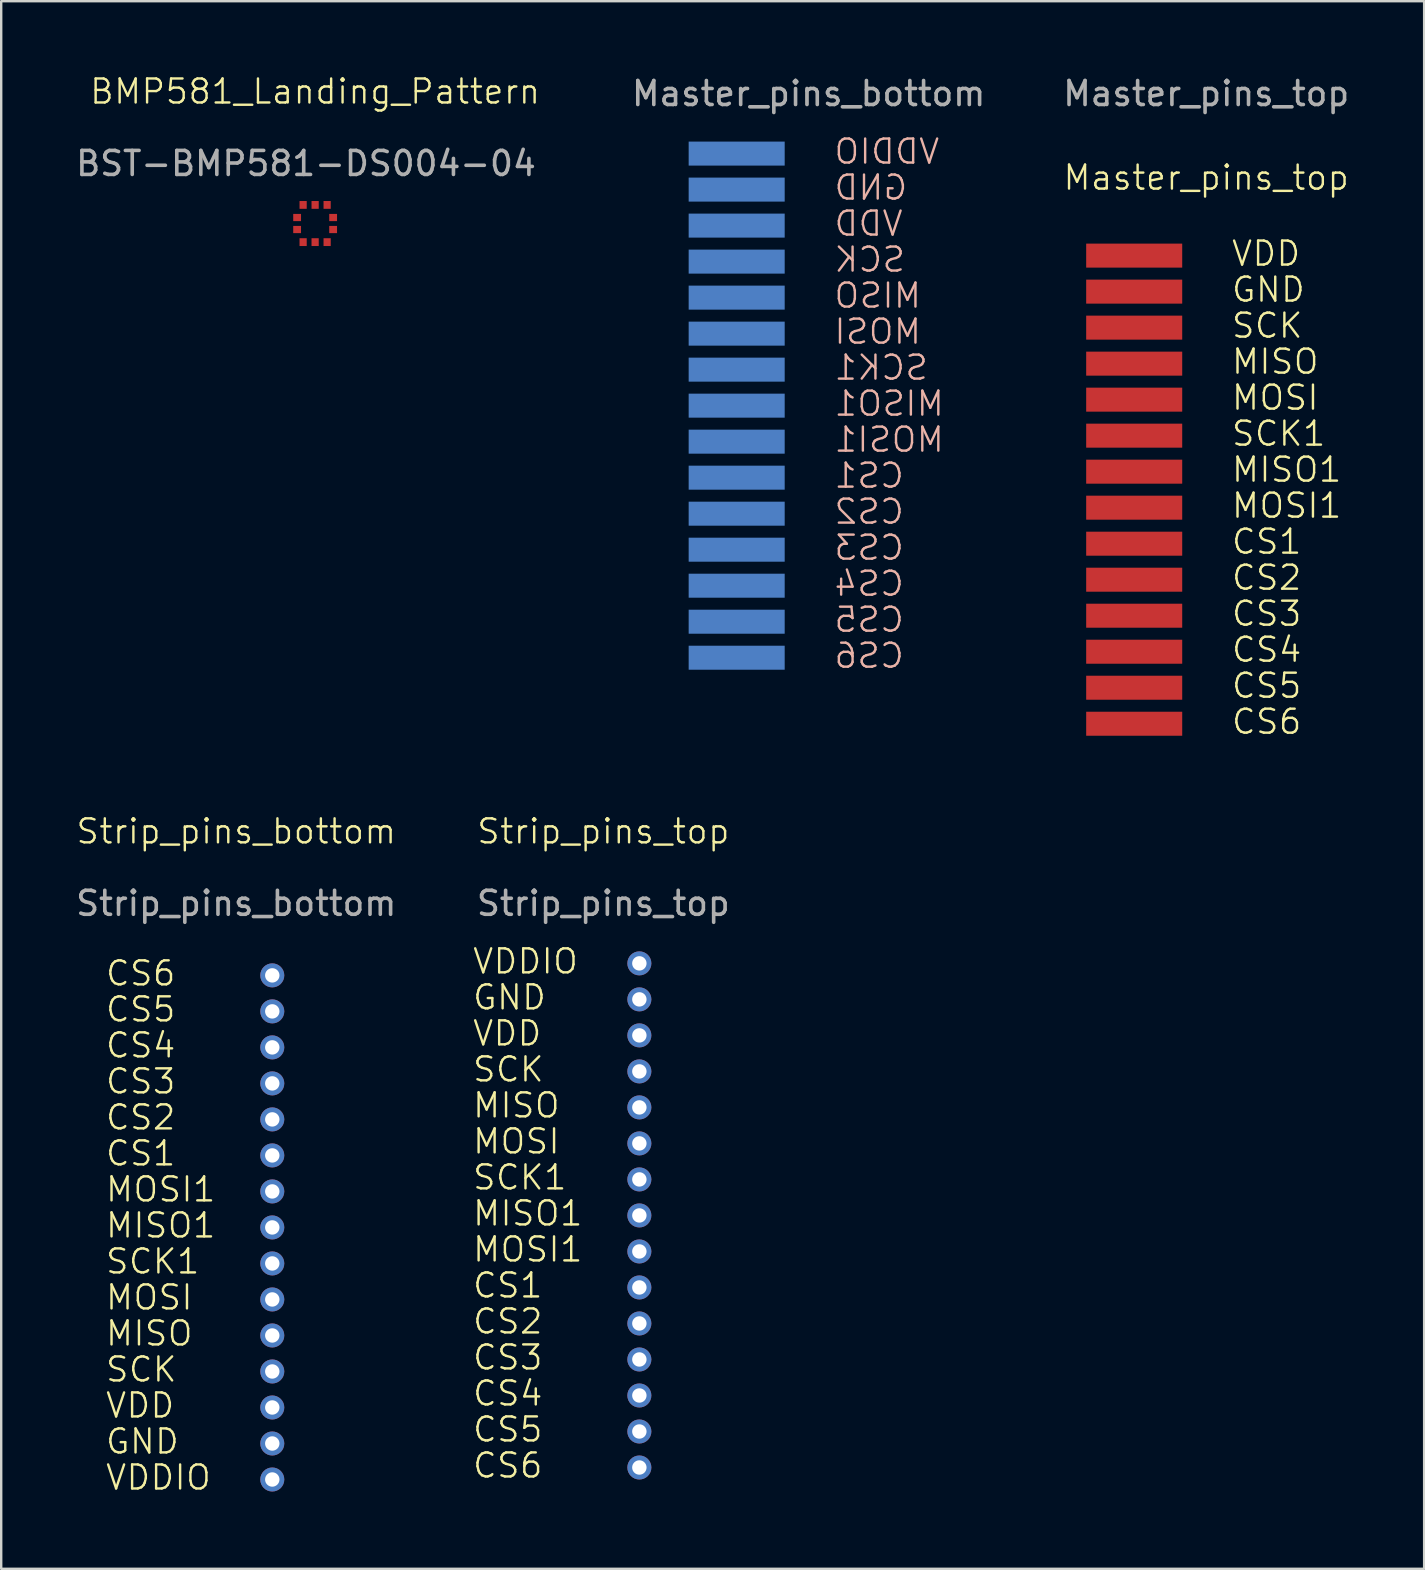
<source format=kicad_pcb>
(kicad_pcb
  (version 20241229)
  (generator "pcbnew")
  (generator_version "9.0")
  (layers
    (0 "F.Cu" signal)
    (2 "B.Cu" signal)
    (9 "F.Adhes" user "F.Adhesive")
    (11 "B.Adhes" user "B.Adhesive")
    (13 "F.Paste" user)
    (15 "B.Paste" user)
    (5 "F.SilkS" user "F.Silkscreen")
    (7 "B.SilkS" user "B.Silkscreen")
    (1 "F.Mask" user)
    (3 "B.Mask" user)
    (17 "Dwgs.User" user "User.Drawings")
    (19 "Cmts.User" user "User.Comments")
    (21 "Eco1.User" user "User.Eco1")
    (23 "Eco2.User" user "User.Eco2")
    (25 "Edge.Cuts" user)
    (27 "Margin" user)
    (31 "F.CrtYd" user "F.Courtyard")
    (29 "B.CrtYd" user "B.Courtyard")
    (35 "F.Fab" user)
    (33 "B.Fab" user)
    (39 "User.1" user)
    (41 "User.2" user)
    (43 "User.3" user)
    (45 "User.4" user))
  (footprint "BMP581_Landing_Pattern"
    (layer "F.Cu")
    (at 10.077 6.261)
    (property "Reference" "BMP581_Landing_Pattern" (at 0 -5.5 0) (unlocked yes) (layer "F.SilkS") (effects (font (size 1 1) (thickness 0.1))))
    (attr smd)
    (fp_text user "BST-BMP581-DS004-04 " (at 0 -2.5 0) (unlocked yes) (layer "F.Fab") (effects (font (size 1 1) (thickness 0.15))))
    (pad "1" smd rect (at 0.75 -0.25) (size 0.325 0.3) (layers "F.Cu" "F.Mask" "F.Paste"))
    (pad "2" smd rect (at 0.75 0.25) (size 0.325 0.3) (layers "F.Cu" "F.Mask" "F.Paste"))
    (pad "3" smd rect (at 0.5 0.775) (size 0.3 0.325) (layers "F.Cu" "F.Mask" "F.Paste"))
    (pad "4" smd rect (at 0 0.775) (size 0.3 0.325) (layers "F.Cu" "F.Mask" "F.Paste"))
    (pad "5" smd rect (at -0.5 0.775) (size 0.3 0.325) (layers "F.Cu" "F.Mask" "F.Paste"))
    (pad "6" smd rect (at -0.75 0.25) (size 0.325 0.3) (layers "F.Cu" "F.Mask" "F.Paste"))
    (pad "7" smd rect (at -0.75 -0.25) (size 0.325 0.3) (layers "F.Cu" "F.Mask" "F.Paste"))
    (pad "8" smd rect (at -0.5 -0.775) (size 0.3 0.325) (layers "F.Cu" "F.Mask" "F.Paste"))
    (pad "9" smd rect (at 0 -0.775) (size 0.3 0.325) (layers "F.Cu" "F.Mask" "F.Paste"))
    (pad "10" smd rect (at 0.5 -0.775) (size 0.3 0.325) (layers "F.Cu" "F.Mask" "F.Paste")))
  (footprint "Strip_pins_top"
    (layer "F.Cu")
    (at 22.083 47.58)
    (property "Reference" "Strip_pins_top" (at 0 -16 0) (unlocked yes) (layer "F.SilkS") (effects (font (size 1 1) (thickness 0.1))))
    (attr through_hole)
    (fp_text user "MISO" (at -5.5 -4 0) (unlocked yes) (layer "F.SilkS") (effects (font (size 1 1) (thickness 0.1)) (justify left bottom)))
    (fp_text user "MOSI1" (at -5.5 2 0) (unlocked yes) (layer "F.SilkS") (effects (font (size 1 1) (thickness 0.1)) (justify left bottom)))
    (fp_text user "CS4" (at -5.5 8 0) (unlocked yes) (layer "F.SilkS") (effects (font (size 1 1) (thickness 0.1)) (justify left bottom)))
    (fp_text user "GND" (at -5.5 -8.5 0) (unlocked yes) (layer "F.SilkS") (effects (font (size 1 1) (thickness 0.1)) (justify left bottom)))
    (fp_text user "SCK" (at -5.5 -5.5 0) (unlocked yes) (layer "F.SilkS") (effects (font (size 1 1) (thickness 0.1)) (justify left bottom)))
    (fp_text user "VDD" (at -5.5 -7 0) (unlocked yes) (layer "F.SilkS") (effects (font (size 1 1) (thickness 0.1)) (justify left bottom)))
    (fp_text user "VDDIO" (at -5.5 -10 0) (unlocked yes) (layer "F.SilkS") (effects (font (size 1 1) (thickness 0.1)) (justify left bottom)))
    (fp_text user "CS2" (at -5.5 5 0) (unlocked yes) (layer "F.SilkS") (effects (font (size 1 1) (thickness 0.1)) (justify left bottom)))
    (fp_text user "CS6" (at -5.5 11 0) (unlocked yes) (layer "F.SilkS") (effects (font (size 1 1) (thickness 0.1)) (justify left bottom)))
    (fp_text user "CS1" (at -5.5 3.5 0) (unlocked yes) (layer "F.SilkS") (effects (font (size 1 1) (thickness 0.1)) (justify left bottom)))
    (fp_text user "CS5" (at -5.5 9.5 0) (unlocked yes) (layer "F.SilkS") (effects (font (size 1 1) (thickness 0.1)) (justify left bottom)))
    (fp_text user "SCK1" (at -5.5 -1 0) (unlocked yes) (layer "F.SilkS") (effects (font (size 1 1) (thickness 0.1)) (justify left bottom)))
    (fp_text user "MISO1" (at -5.5 0.5 0) (unlocked yes) (layer "F.SilkS") (effects (font (size 1 1) (thickness 0.1)) (justify left bottom)))
    (fp_text user "MOSI" (at -5.5 -2.5 0) (unlocked yes) (layer "F.SilkS") (effects (font (size 1 1) (thickness 0.1)) (justify left bottom)))
    (fp_text user "CS3" (at -5.5 6.5 0) (unlocked yes) (layer "F.SilkS") (effects (font (size 1 1) (thickness 0.1)) (justify left bottom)))
    (fp_text user "${REFERENCE}" (at 0 -13 0) (unlocked yes) (layer "F.Fab") (effects (font (size 1 1) (thickness 0.15))))
    (pad "1" thru_hole circle (at 1.5 -10.5) (size 1 1) (drill 0.6) (property pad_prop_castellated) (layers "*.Cu" "*.Mask"))
    (pad "2" thru_hole circle (at 1.5 -9) (size 1 1) (drill 0.6) (property pad_prop_castellated) (layers "*.Cu" "*.Mask"))
    (pad "3" thru_hole circle (at 1.5 -7.5) (size 1 1) (drill 0.6) (property pad_prop_castellated) (layers "*.Cu" "*.Mask"))
    (pad "4" thru_hole circle (at 1.5 -6) (size 1 1) (drill 0.6) (property pad_prop_castellated) (layers "*.Cu" "*.Mask"))
    (pad "5" thru_hole circle (at 1.5 -4.5) (size 1 1) (drill 0.6) (property pad_prop_castellated) (layers "*.Cu" "*.Mask"))
    (pad "6" thru_hole circle (at 1.5 -3) (size 1 1) (drill 0.6) (property pad_prop_castellated) (layers "*.Cu" "*.Mask"))
    (pad "7" thru_hole circle (at 1.5 -1.5) (size 1 1) (drill 0.6) (property pad_prop_castellated) (layers "*.Cu" "*.Mask"))
    (pad "8" thru_hole circle (at 1.5 0) (size 1 1) (drill 0.6) (property pad_prop_castellated) (layers "*.Cu" "*.Mask"))
    (pad "9" thru_hole circle (at 1.5 1.5) (size 1 1) (drill 0.6) (property pad_prop_castellated) (layers "*.Cu" "*.Mask"))
    (pad "10" thru_hole circle (at 1.5 3) (size 1 1) (drill 0.6) (property pad_prop_castellated) (layers "*.Cu" "*.Mask"))
    (pad "11" thru_hole circle (at 1.5 4.5) (size 1 1) (drill 0.6) (property pad_prop_castellated) (layers "*.Cu" "*.Mask"))
    (pad "12" thru_hole circle (at 1.5 6) (size 1 1) (drill 0.6) (property pad_prop_castellated) (layers "*.Cu" "*.Mask"))
    (pad "13" thru_hole circle (at 1.5 7.5) (size 1 1) (drill 0.6) (property pad_prop_castellated) (layers "*.Cu" "*.Mask"))
    (pad "14" thru_hole circle (at 1.5 9) (size 1 1) (drill 0.6) (property pad_prop_castellated) (layers "*.Cu" "*.Mask"))
    (pad "15" thru_hole circle (at 1.5 10.5) (size 1 1) (drill 0.6) (property pad_prop_castellated) (layers "*.Cu" "*.Mask")))
  (footprint "Master_pins_bottom"
    (layer "F.Cu")
    (at 30.637 13.848)
    (property "Reference" "Master_pins_bottom" (at 0 -13 0) (unlocked yes) (layer "F.SilkS") (effects (font (size 1 1) (thickness 0.1))))
    (attr smd)
    (fp_text user "MISO" (at 1 -4 0) (unlocked yes) (layer "B.SilkS") (effects (font (size 1 1) (thickness 0.1)) (justify right bottom mirror)))
    (fp_text user "CS5" (at 1 9.5 0) (unlocked yes) (layer "B.SilkS") (effects (font (size 1 1) (thickness 0.1)) (justify right bottom mirror)))
    (fp_text user "CS4" (at 1 8 0) (unlocked yes) (layer "B.SilkS") (effects (font (size 1 1) (thickness 0.1)) (justify right bottom mirror)))
    (fp_text user "MOSI1" (at 1 2 0) (unlocked yes) (layer "B.SilkS") (effects (font (size 1 1) (thickness 0.1)) (justify right bottom mirror)))
    (fp_text user "CS1" (at 1 3.5 0) (unlocked yes) (layer "B.SilkS") (effects (font (size 1 1) (thickness 0.1)) (justify right bottom mirror)))
    (fp_text user "CS2" (at 1 5 0) (unlocked yes) (layer "B.SilkS") (effects (font (size 1 1) (thickness 0.1)) (justify right bottom mirror)))
    (fp_text user "SCK" (at 1 -5.5 0) (unlocked yes) (layer "B.SilkS") (effects (font (size 1 1) (thickness 0.1)) (justify right bottom mirror)))
    (fp_text user "SCK1" (at 1 -1 0) (unlocked yes) (layer "B.SilkS") (effects (font (size 1 1) (thickness 0.1)) (justify right bottom mirror)))
    (fp_text user "CS3" (at 1 6.5 0) (unlocked yes) (layer "B.SilkS") (effects (font (size 1 1) (thickness 0.1)) (justify right bottom mirror)))
    (fp_text user "GND" (at 1 -8.5 0) (unlocked yes) (layer "B.SilkS") (effects (font (size 1 1) (thickness 0.1)) (justify right bottom mirror)))
    (fp_text user "VDD" (at 1 -7 0) (unlocked yes) (layer "B.SilkS") (effects (font (size 1 1) (thickness 0.1)) (justify right bottom mirror)))
    (fp_text user "CS6" (at 1 11 0) (unlocked yes) (layer "B.SilkS") (effects (font (size 1 1) (thickness 0.1)) (justify right bottom mirror)))
    (fp_text user "MISO1" (at 1 0.5 0) (unlocked yes) (layer "B.SilkS") (effects (font (size 1 1) (thickness 0.1)) (justify right bottom mirror)))
    (fp_text user "MOSI" (at 1 -2.5 0) (unlocked yes) (layer "B.SilkS") (effects (font (size 1 1) (thickness 0.1)) (justify right bottom mirror)))
    (fp_text user "VDDIO" (at 1 -10 0) (unlocked yes) (layer "B.SilkS") (effects (font (size 1 1) (thickness 0.1)) (justify right bottom mirror)))
    (fp_text user "${REFERENCE}" (at 0 -13 0) (unlocked yes) (layer "F.Fab") (effects (font (size 1 1) (thickness 0.15))))
    (pad "1" connect rect (at -3 -10.5) (size 4 1) (layers "B.Cu" "B.Mask"))
    (pad "2" connect rect (at -3 -9) (size 4 1) (layers "B.Cu" "B.Mask"))
    (pad "3" connect rect (at -3 -7.5) (size 4 1) (layers "B.Cu" "B.Mask"))
    (pad "4" connect rect (at -3 -6) (size 4 1) (layers "B.Cu" "B.Mask"))
    (pad "5" connect rect (at -3 -4.5) (size 4 1) (layers "B.Cu" "B.Mask"))
    (pad "6" connect rect (at -3 -3) (size 4 1) (layers "B.Cu" "B.Mask"))
    (pad "7" connect rect (at -3 -1.5) (size 4 1) (layers "B.Cu" "B.Mask"))
    (pad "8" connect rect (at -3 0) (size 4 1) (layers "B.Cu" "B.Mask"))
    (pad "9" connect rect (at -3 1.5) (size 4 1) (layers "B.Cu" "B.Mask"))
    (pad "10" connect rect (at -3 3) (size 4 1) (layers "B.Cu" "B.Mask"))
    (pad "11" connect rect (at -3 4.5) (size 4 1) (layers "B.Cu" "B.Mask"))
    (pad "12" connect rect (at -3 6) (size 4 1) (layers "B.Cu" "B.Mask"))
    (pad "13" connect rect (at -3 7.5) (size 4 1) (layers "B.Cu" "B.Mask"))
    (pad "14" connect rect (at -3 9) (size 4 1) (layers "B.Cu" "B.Mask"))
    (pad "15" connect rect (at -3 10.5) (size 4 1) (layers "B.Cu" "B.Mask")))
  (footprint "Master_pins_top"
    (layer "F.Cu")
    (at 47.196 17.348)
    (property "Reference" "Master_pins_top" (at 0 -13 0) (unlocked yes) (layer "F.SilkS") (effects (font (size 1 1) (thickness 0.1))))
    (attr smd)
    (fp_text user "CS4" (at 1 7.25 0) (unlocked yes) (layer "F.SilkS") (effects (font (size 1 1) (thickness 0.1)) (justify left bottom)))
    (fp_text user "CS3" (at 1 5.75 0) (unlocked yes) (layer "F.SilkS") (effects (font (size 1 1) (thickness 0.1)) (justify left bottom)))
    (fp_text user "SCK1" (at 1 -1.75 0) (unlocked yes) (layer "F.SilkS") (effects (font (size 1 1) (thickness 0.1)) (justify left bottom)))
    (fp_text user "GND" (at 1 -7.75 0) (unlocked yes) (layer "F.SilkS") (effects (font (size 1 1) (thickness 0.1)) (justify left bottom)))
    (fp_text user "MISO" (at 1 -4.75 0) (unlocked yes) (layer "F.SilkS") (effects (font (size 1 1) (thickness 0.1)) (justify left bottom)))
    (fp_text user "MISO1" (at 1 -0.25 0) (unlocked yes) (layer "F.SilkS") (effects (font (size 1 1) (thickness 0.1)) (justify left bottom)))
    (fp_text user "CS5" (at 1 8.75 0) (unlocked yes) (layer "F.SilkS") (effects (font (size 1 1) (thickness 0.1)) (justify left bottom)))
    (fp_text user "CS1" (at 1 2.75 0) (unlocked yes) (layer "F.SilkS") (effects (font (size 1 1) (thickness 0.1)) (justify left bottom)))
    (fp_text user "SCK" (at 1 -6.25 0) (unlocked yes) (layer "F.SilkS") (effects (font (size 1 1) (thickness 0.1)) (justify left bottom)))
    (fp_text user "MOSI" (at 1 -3.25 0) (unlocked yes) (layer "F.SilkS") (effects (font (size 1 1) (thickness 0.1)) (justify left bottom)))
    (fp_text user "CS6" (at 1 10.25 0) (unlocked yes) (layer "F.SilkS") (effects (font (size 1 1) (thickness 0.1)) (justify left bottom)))
    (fp_text user "CS2" (at 1 4.25 0) (unlocked yes) (layer "F.SilkS") (effects (font (size 1 1) (thickness 0.1)) (justify left bottom)))
    (fp_text user "VDD" (at 1 -9.25 0) (unlocked yes) (layer "F.SilkS") (effects (font (size 1 1) (thickness 0.1)) (justify left bottom)))
    (fp_text user "MOSI1" (at 1 1.25 0) (unlocked yes) (layer "F.SilkS") (effects (font (size 1 1) (thickness 0.1)) (justify left bottom)))
    (fp_text user "${REFERENCE}" (at 0 -16.5 0) (unlocked yes) (layer "F.Fab") (effects (font (size 1 1) (thickness 0.15))))
    (pad "1" connect rect (at -3 -9.75) (size 4 1) (layers "F.Cu" "F.Mask"))
    (pad "2" connect rect (at -3 -8.25) (size 4 1) (layers "F.Cu" "F.Mask"))
    (pad "3" connect rect (at -3 -6.75) (size 4 1) (layers "F.Cu" "F.Mask"))
    (pad "4" connect rect (at -3 -5.25) (size 4 1) (layers "F.Cu" "F.Mask"))
    (pad "5" connect rect (at -3 -3.75) (size 4 1) (layers "F.Cu" "F.Mask"))
    (pad "6" connect rect (at -3 -2.25) (size 4 1) (layers "F.Cu" "F.Mask"))
    (pad "7" connect rect (at -3 -0.75) (size 4 1) (layers "F.Cu" "F.Mask"))
    (pad "8" connect rect (at -3 0.75) (size 4 1) (layers "F.Cu" "F.Mask"))
    (pad "9" connect rect (at -3 2.25) (size 4 1) (layers "F.Cu" "F.Mask"))
    (pad "10" connect rect (at -3 3.75) (size 4 1) (layers "F.Cu" "F.Mask"))
    (pad "11" connect rect (at -3 5.25) (size 4 1) (layers "F.Cu" "F.Mask"))
    (pad "12" connect rect (at -3 6.75) (size 4 1) (layers "F.Cu" "F.Mask"))
    (pad "13" connect rect (at -3 8.25) (size 4 1) (layers "F.Cu" "F.Mask"))
    (pad "14" connect rect (at -3 9.75) (size 4 1) (layers "F.Cu" "F.Mask")))
  (footprint "Strip_pins_bottom"
    (layer "F.Cu")
    (at 6.792 48.08)
    (property "Reference" "Strip_pins_bottom" (at 0 -16.5 0) (unlocked yes) (layer "F.SilkS") (effects (font (size 1 1) (thickness 0.1))))
    (attr through_hole)
    (fp_text user "MOSI1" (at -5.5 -1 0) (unlocked yes) (layer "F.SilkS") (effects (font (size 1 1) (thickness 0.1)) (justify left bottom)))
    (fp_text user "CS3" (at -5.5 -5.5 0) (unlocked yes) (layer "F.SilkS") (effects (font (size 1 1) (thickness 0.1)) (justify left bottom)))
    (fp_text user "CS2" (at -5.5 -4 0) (unlocked yes) (layer "F.SilkS") (effects (font (size 1 1) (thickness 0.1)) (justify left bottom)))
    (fp_text user "SCK" (at -5.5 6.5 0) (unlocked yes) (layer "F.SilkS") (effects (font (size 1 1) (thickness 0.1)) (justify left bottom)))
    (fp_text user "CS6" (at -5.5 -10 0) (unlocked yes) (layer "F.SilkS") (effects (font (size 1 1) (thickness 0.1)) (justify left bottom)))
    (fp_text user "GND" (at -5.5 9.5 0) (unlocked yes) (layer "F.SilkS") (effects (font (size 1 1) (thickness 0.1)) (justify left bottom)))
    (fp_text user "VDDIO" (at -5.5 11 0) (unlocked yes) (layer "F.SilkS") (effects (font (size 1 1) (thickness 0.1)) (justify left bottom)))
    (fp_text user "MISO1" (at -5.5 0.5 0) (unlocked yes) (layer "F.SilkS") (effects (font (size 1 1) (thickness 0.1)) (justify left bottom)))
    (fp_text user "MOSI" (at -5.5 3.5 0) (unlocked yes) (layer "F.SilkS") (effects (font (size 1 1) (thickness 0.1)) (justify left bottom)))
    (fp_text user "MISO" (at -5.5 5 0) (unlocked yes) (layer "F.SilkS") (effects (font (size 1 1) (thickness 0.1)) (justify left bottom)))
    (fp_text user "CS5" (at -5.5 -8.5 0) (unlocked yes) (layer "F.SilkS") (effects (font (size 1 1) (thickness 0.1)) (justify left bottom)))
    (fp_text user "SCK1" (at -5.5 2 0) (unlocked yes) (layer "F.SilkS") (effects (font (size 1 1) (thickness 0.1)) (justify left bottom)))
    (fp_text user "CS4" (at -5.5 -7 0) (unlocked yes) (layer "F.SilkS") (effects (font (size 1 1) (thickness 0.1)) (justify left bottom)))
    (fp_text user "CS1" (at -5.5 -2.5 0) (unlocked yes) (layer "F.SilkS") (effects (font (size 1 1) (thickness 0.1)) (justify left bottom)))
    (fp_text user "VDD" (at -5.5 8 0) (unlocked yes) (layer "F.SilkS") (effects (font (size 1 1) (thickness 0.1)) (justify left bottom)))
    (fp_text user "${REFERENCE}" (at 0 -13.5 0) (unlocked yes) (layer "F.Fab") (effects (font (size 1 1) (thickness 0.15))))
    (pad "1" thru_hole circle (at 1.5 10.5) (size 1 1) (drill 0.6) (layers "*.Cu" "*.Mask"))
    (pad "2" thru_hole circle (at 1.5 9) (size 1 1) (drill 0.6) (layers "*.Cu" "*.Mask"))
    (pad "3" thru_hole circle (at 1.5 7.5) (size 1 1) (drill 0.6) (layers "*.Cu" "*.Mask"))
    (pad "4" thru_hole circle (at 1.5 6) (size 1 1) (drill 0.6) (layers "*.Cu" "*.Mask"))
    (pad "5" thru_hole circle (at 1.5 4.5) (size 1 1) (drill 0.6) (layers "*.Cu" "*.Mask"))
    (pad "6" thru_hole circle (at 1.5 3) (size 1 1) (drill 0.6) (layers "*.Cu" "*.Mask"))
    (pad "7" thru_hole circle (at 1.5 1.5) (size 1 1) (drill 0.6) (layers "*.Cu" "*.Mask"))
    (pad "8" thru_hole circle (at 1.5 0) (size 1 1) (drill 0.6) (layers "*.Cu" "*.Mask"))
    (pad "9" thru_hole circle (at 1.5 -1.5) (size 1 1) (drill 0.6) (layers "*.Cu" "*.Mask"))
    (pad "10" thru_hole circle (at 1.5 -3) (size 1 1) (drill 0.6) (layers "*.Cu" "*.Mask"))
    (pad "11" thru_hole circle (at 1.5 -4.5) (size 1 1) (drill 0.6) (layers "*.Cu" "*.Mask"))
    (pad "12" thru_hole circle (at 1.5 -6) (size 1 1) (drill 0.6) (layers "*.Cu" "*.Mask"))
    (pad "13" thru_hole circle (at 1.5 -7.5) (size 1 1) (drill 0.6) (layers "*.Cu" "*.Mask"))
    (pad "14" thru_hole circle (at 1.5 -9) (size 1 1) (drill 0.6) (layers "*.Cu" "*.Mask"))
    (pad "15" thru_hole circle (at 1.5 -10.5) (size 1 1) (drill 0.6) (layers "*.Cu" "*.Mask")))
  (gr_rect
    (start -3 -3)
    (end 56.274 62.301)
    (stroke (width 0.1) (type default))
    (fill no)
    (layer "Edge.Cuts")))
</source>
